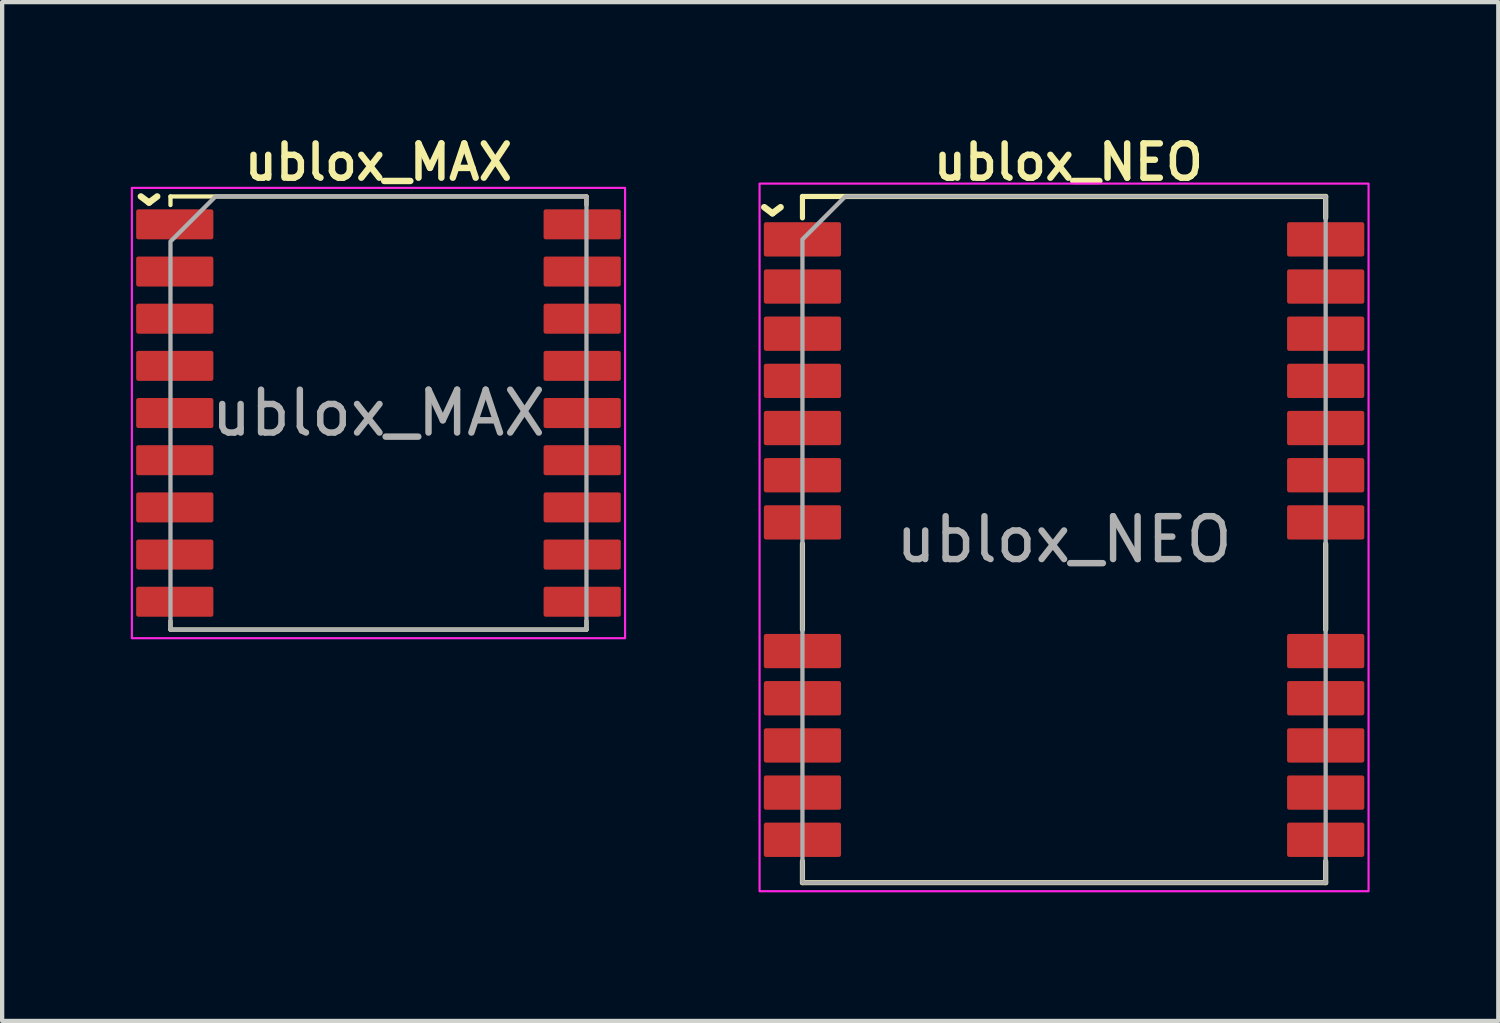
<source format=kicad_pcb>
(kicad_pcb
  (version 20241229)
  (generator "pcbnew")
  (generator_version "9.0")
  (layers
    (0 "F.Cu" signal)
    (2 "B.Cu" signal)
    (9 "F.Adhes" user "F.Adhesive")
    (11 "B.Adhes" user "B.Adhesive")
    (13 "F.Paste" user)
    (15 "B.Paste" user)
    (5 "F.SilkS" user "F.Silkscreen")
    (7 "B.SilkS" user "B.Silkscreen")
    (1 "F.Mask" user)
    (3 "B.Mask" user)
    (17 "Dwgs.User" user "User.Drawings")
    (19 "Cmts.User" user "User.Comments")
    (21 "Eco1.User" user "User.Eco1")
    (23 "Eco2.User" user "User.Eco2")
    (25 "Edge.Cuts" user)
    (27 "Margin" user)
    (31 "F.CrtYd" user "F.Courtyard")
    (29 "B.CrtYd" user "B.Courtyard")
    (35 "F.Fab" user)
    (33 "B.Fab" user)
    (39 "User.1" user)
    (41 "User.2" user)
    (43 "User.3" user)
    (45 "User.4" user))
  (footprint "ublox_NEO"
    (layer "F.Cu")
    (at 21.861 9.431)
    (property "Reference" "ublox_NEO" (at 0 -8.7 0) (layer "F.SilkS") (effects (font (size 0.8 0.8) (thickness 0.15))))
    (attr smd)
    (fp_line (start -6.2 -7.9) (end -6.2 -7.4) (stroke (width 0.12) (type solid)) (layer "F.SilkS"))
    (fp_line (start -6.2 -7.9) (end 6 -7.9) (stroke (width 0.12) (type solid)) (layer "F.SilkS"))
    (fp_line (start -6.2 2.2) (end -6.2 0.2) (stroke (width 0.12) (type solid)) (layer "F.SilkS"))
    (fp_line (start -6.2 8.1) (end -6.2 7.6) (stroke (width 0.12) (type solid)) (layer "F.SilkS"))
    (fp_line (start 6 -7.9) (end 6 -7.4) (stroke (width 0.12) (type solid)) (layer "F.SilkS"))
    (fp_line (start 6 0.2) (end 6 2.2) (stroke (width 0.12) (type solid)) (layer "F.SilkS"))
    (fp_line (start 6 8.1) (end -6.2 8.1) (stroke (width 0.12) (type solid)) (layer "F.SilkS"))
    (fp_line (start 6 8.1) (end 6 7.6) (stroke (width 0.12) (type solid)) (layer "F.SilkS"))
    (fp_rect (start -7.2 -8.2) (end 7 8.3) (stroke (width 0.05) (type solid)) (fill no) (layer "F.CrtYd"))
    (fp_poly (pts (xy -6.2 8.1) (xy -6.2 -6.9) (xy -5.2 -7.9) (xy 6 -7.9) (xy 6 8.1)) (stroke (width 0.1) (type solid)) (fill no) (layer "F.Fab"))
    (fp_text user "^" (at -6.9 -8.1 180) (unlocked yes) (layer "F.SilkS") (effects (font (size 1 1) (thickness 0.15))))
    (fp_text user "${REFERENCE}" (at -0.1 0.1 0) (layer "F.Fab") (effects (font (size 1 1) (thickness 0.15))))
    (pad "1" smd roundrect (at -6.2 -6.9 180) (size 1.8 0.8) (layers "F.Cu" "F.Mask" "F.Paste") (roundrect_rratio 0.062))
    (pad "2" smd roundrect (at -6.2 -5.8 180) (size 1.8 0.8) (layers "F.Cu" "F.Mask" "F.Paste") (roundrect_rratio 0.062))
    (pad "3" smd roundrect (at -6.2 -4.7 180) (size 1.8 0.8) (layers "F.Cu" "F.Mask" "F.Paste") (roundrect_rratio 0.062))
    (pad "4" smd roundrect (at -6.2 -3.6 180) (size 1.8 0.8) (layers "F.Cu" "F.Mask" "F.Paste") (roundrect_rratio 0.062))
    (pad "5" smd roundrect (at -6.2 -2.5 180) (size 1.8 0.8) (layers "F.Cu" "F.Mask" "F.Paste") (roundrect_rratio 0.062))
    (pad "6" smd roundrect (at -6.2 -1.4 180) (size 1.8 0.8) (layers "F.Cu" "F.Mask" "F.Paste") (roundrect_rratio 0.062))
    (pad "7" smd roundrect (at -6.2 -0.3 180) (size 1.8 0.8) (layers "F.Cu" "F.Mask" "F.Paste") (roundrect_rratio 0.062))
    (pad "8" smd roundrect (at -6.2 2.7 180) (size 1.8 0.8) (layers "F.Cu" "F.Mask" "F.Paste") (roundrect_rratio 0.062))
    (pad "9" smd roundrect (at -6.2 3.8 180) (size 1.8 0.8) (layers "F.Cu" "F.Mask" "F.Paste") (roundrect_rratio 0.062))
    (pad "10" smd roundrect (at -6.2 4.9 180) (size 1.8 0.8) (layers "F.Cu" "F.Mask" "F.Paste") (roundrect_rratio 0.062))
    (pad "11" smd roundrect (at -6.2 6 180) (size 1.8 0.8) (layers "F.Cu" "F.Mask" "F.Paste") (roundrect_rratio 0.062))
    (pad "12" smd roundrect (at -6.2 7.1 180) (size 1.8 0.8) (layers "F.Cu" "F.Mask" "F.Paste") (roundrect_rratio 0.062))
    (pad "13" smd roundrect (at 6 7.1 180) (size 1.8 0.8) (layers "F.Cu" "F.Mask" "F.Paste") (roundrect_rratio 0.062))
    (pad "14" smd roundrect (at 6 6 180) (size 1.8 0.8) (layers "F.Cu" "F.Mask" "F.Paste") (roundrect_rratio 0.062))
    (pad "15" smd roundrect (at 6 4.9 180) (size 1.8 0.8) (layers "F.Cu" "F.Mask" "F.Paste") (roundrect_rratio 0.062))
    (pad "16" smd roundrect (at 6 3.8 180) (size 1.8 0.8) (layers "F.Cu" "F.Mask" "F.Paste") (roundrect_rratio 0.062))
    (pad "17" smd roundrect (at 6 2.7 180) (size 1.8 0.8) (layers "F.Cu" "F.Mask" "F.Paste") (roundrect_rratio 0.062))
    (pad "18" smd roundrect (at 6 -0.3 180) (size 1.8 0.8) (layers "F.Cu" "F.Mask" "F.Paste") (roundrect_rratio 0.062))
    (pad "19" smd roundrect (at 6 -1.4 180) (size 1.8 0.8) (layers "F.Cu" "F.Mask" "F.Paste") (roundrect_rratio 0.062))
    (pad "20" smd roundrect (at 6 -2.5 180) (size 1.8 0.8) (layers "F.Cu" "F.Mask" "F.Paste") (roundrect_rratio 0.062))
    (pad "21" smd roundrect (at 6 -3.6 180) (size 1.8 0.8) (layers "F.Cu" "F.Mask" "F.Paste") (roundrect_rratio 0.062))
    (pad "22" smd roundrect (at 6 -4.7 180) (size 1.8 0.8) (layers "F.Cu" "F.Mask" "F.Paste") (roundrect_rratio 0.062))
    (pad "23" smd roundrect (at 6 -5.8 180) (size 1.8 0.8) (layers "F.Cu" "F.Mask" "F.Paste") (roundrect_rratio 0.062))
    (pad "24" smd roundrect (at 6 -6.9 180) (size 1.8 0.8) (layers "F.Cu" "F.Mask" "F.Paste") (roundrect_rratio 0.062)))
  (footprint "ublox_MAX"
    (layer "F.Cu")
    (at 5.775 6.581)
    (property "Reference" "ublox_MAX" (at 0 -5.85 0) (layer "F.SilkS") (effects (font (size 0.8 0.8) (thickness 0.15))))
    (attr smd)
    (fp_line (start -4.85 -5.05) (end -4.85 -4.85) (stroke (width 0.1) (type solid)) (layer "F.SilkS"))
    (fp_line (start -4.85 4.85) (end -4.85 5.05) (stroke (width 0.1) (type solid)) (layer "F.SilkS"))
    (fp_line (start -4.85 5.05) (end 4.85 5.05) (stroke (width 0.1) (type solid)) (layer "F.SilkS"))
    (fp_line (start 4.85 -5.05) (end -4.85 -5.05) (stroke (width 0.1) (type solid)) (layer "F.SilkS"))
    (fp_line (start 4.85 -5.05) (end 4.85 -4.85) (stroke (width 0.1) (type solid)) (layer "F.SilkS"))
    (fp_line (start 4.85 5.05) (end 4.85 4.85) (stroke (width 0.1) (type solid)) (layer "F.SilkS"))
    (fp_rect (start -5.75 -5.25) (end 5.75 5.25) (stroke (width 0.05) (type solid)) (fill no) (layer "F.CrtYd"))
    (fp_poly (pts (xy 4.85 -5.05) (xy -3.8 -5.05) (xy -4.85 -4) (xy -4.85 5.05) (xy 4.85 5.05)) (stroke (width 0.1) (type solid)) (fill no) (layer "F.Fab"))
    (fp_text user "^" (at -5.35 -5.5 180) (unlocked yes) (layer "F.SilkS") (effects (font (size 1 1) (thickness 0.15))))
    (fp_text user "${REFERENCE}" (at 0 0 0) (layer "F.Fab") (effects (font (size 1 1) (thickness 0.15))))
    (pad "1" smd roundrect (at -4.75 -4.4) (size 1.8 0.7) (layers "F.Cu" "F.Mask" "F.Paste") (roundrect_rratio 0.071))
    (pad "2" smd roundrect (at -4.75 -3.3) (size 1.8 0.7) (layers "F.Cu" "F.Mask" "F.Paste") (roundrect_rratio 0.071))
    (pad "3" smd roundrect (at -4.75 -2.2) (size 1.8 0.7) (layers "F.Cu" "F.Mask" "F.Paste") (roundrect_rratio 0.071))
    (pad "4" smd roundrect (at -4.75 -1.1) (size 1.8 0.7) (layers "F.Cu" "F.Mask" "F.Paste") (roundrect_rratio 0.071))
    (pad "5" smd roundrect (at -4.75 0) (size 1.8 0.7) (layers "F.Cu" "F.Mask" "F.Paste") (roundrect_rratio 0.071))
    (pad "6" smd roundrect (at -4.75 1.1) (size 1.8 0.7) (layers "F.Cu" "F.Mask" "F.Paste") (roundrect_rratio 0.071))
    (pad "7" smd roundrect (at -4.75 2.2) (size 1.8 0.7) (layers "F.Cu" "F.Mask" "F.Paste") (roundrect_rratio 0.071))
    (pad "8" smd roundrect (at -4.75 3.3) (size 1.8 0.7) (layers "F.Cu" "F.Mask" "F.Paste") (roundrect_rratio 0.071))
    (pad "9" smd roundrect (at -4.75 4.4) (size 1.8 0.7) (layers "F.Cu" "F.Mask" "F.Paste") (roundrect_rratio 0.071))
    (pad "10" smd roundrect (at 4.75 4.4) (size 1.8 0.7) (layers "F.Cu" "F.Mask" "F.Paste") (roundrect_rratio 0.071))
    (pad "11" smd roundrect (at 4.75 3.3) (size 1.8 0.7) (layers "F.Cu" "F.Mask" "F.Paste") (roundrect_rratio 0.071))
    (pad "12" smd roundrect (at 4.75 2.2) (size 1.8 0.7) (layers "F.Cu" "F.Mask" "F.Paste") (roundrect_rratio 0.071))
    (pad "13" smd roundrect (at 4.75 1.1) (size 1.8 0.7) (layers "F.Cu" "F.Mask" "F.Paste") (roundrect_rratio 0.071))
    (pad "14" smd roundrect (at 4.75 0) (size 1.8 0.7) (layers "F.Cu" "F.Mask" "F.Paste") (roundrect_rratio 0.071))
    (pad "15" smd roundrect (at 4.75 -1.1) (size 1.8 0.7) (layers "F.Cu" "F.Mask" "F.Paste") (roundrect_rratio 0.071))
    (pad "16" smd roundrect (at 4.75 -2.2) (size 1.8 0.7) (layers "F.Cu" "F.Mask" "F.Paste") (roundrect_rratio 0.071))
    (pad "17" smd roundrect (at 4.75 -3.3) (size 1.8 0.7) (layers "F.Cu" "F.Mask" "F.Paste") (roundrect_rratio 0.071))
    (pad "18" smd roundrect (at 4.75 -4.4) (size 1.8 0.7) (layers "F.Cu" "F.Mask" "F.Paste") (roundrect_rratio 0.071)))
  (gr_rect
    (start -3 -3)
    (end 31.886 20.756)
    (stroke (width 0.1) (type default))
    (fill no)
    (layer "Edge.Cuts")))
</source>
